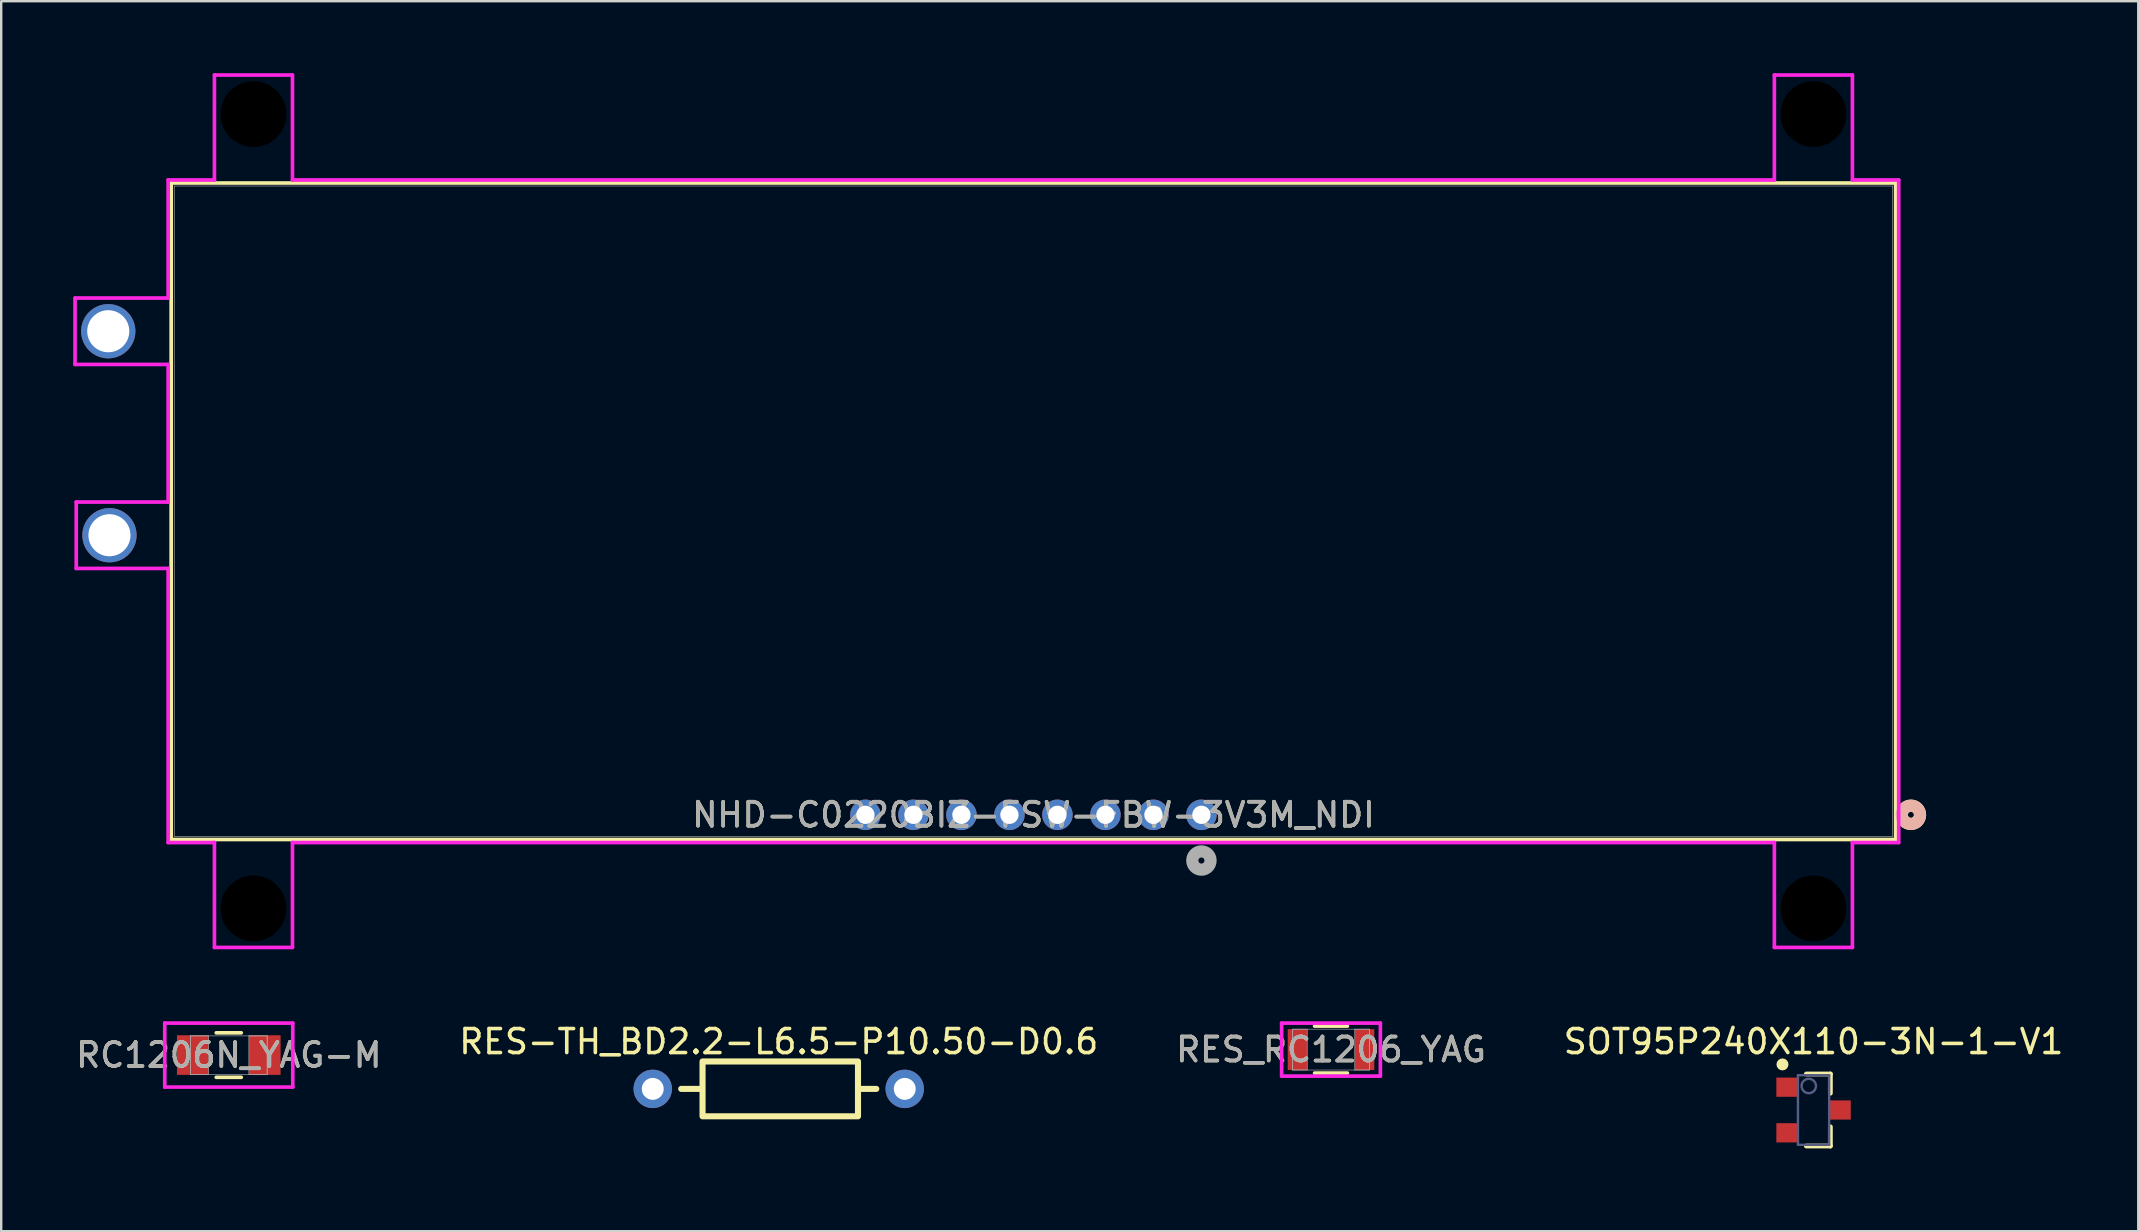
<source format=kicad_pcb>
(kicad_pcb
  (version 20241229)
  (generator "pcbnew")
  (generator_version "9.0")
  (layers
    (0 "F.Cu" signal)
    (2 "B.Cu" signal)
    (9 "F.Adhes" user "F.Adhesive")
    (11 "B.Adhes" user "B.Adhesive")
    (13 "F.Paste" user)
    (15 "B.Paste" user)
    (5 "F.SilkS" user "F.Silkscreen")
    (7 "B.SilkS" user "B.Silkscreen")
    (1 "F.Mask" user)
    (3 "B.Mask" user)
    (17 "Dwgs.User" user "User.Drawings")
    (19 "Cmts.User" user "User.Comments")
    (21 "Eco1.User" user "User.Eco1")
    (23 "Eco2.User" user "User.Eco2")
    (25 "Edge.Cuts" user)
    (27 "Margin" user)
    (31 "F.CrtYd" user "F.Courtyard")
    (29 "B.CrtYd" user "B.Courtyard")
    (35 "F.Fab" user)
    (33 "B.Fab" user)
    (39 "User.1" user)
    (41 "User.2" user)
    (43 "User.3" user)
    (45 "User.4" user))
  (footprint "NHD-C0220BIZ-FSW-FBW-3V3M_NDI"
    (layer "F.Cu")
    (at 47.011 30.902)
    (property "Reference" "NHD-C0220BIZ-FSW-FBW-3V3M_NDI" (at -7 0 0) (unlocked yes) (layer "F.SilkS") (effects (font (size 1 1) (thickness 0.15))))
    (attr through_hole)
    (fp_line (start -42.928 -26.327) (end -42.928 1.029) (stroke (width 0.152) (type solid)) (layer "F.SilkS"))
    (fp_line (start -42.928 1.029) (end 28.928 1.029) (stroke (width 0.152) (type solid)) (layer "F.SilkS"))
    (fp_line (start 28.928 -26.327) (end -42.928 -26.327) (stroke (width 0.152) (type solid)) (layer "F.SilkS"))
    (fp_line (start 28.928 1.029) (end 28.928 -26.327) (stroke (width 0.152) (type solid)) (layer "F.SilkS"))
    (fp_circle (center 29.563 0) (end 29.944 0) (stroke (width 0.508) (type solid)) (fill no) (layer "F.SilkS"))
    (fp_circle (center 29.563 0) (end 29.944 0) (stroke (width 0.508) (type solid)) (fill no) (layer "B.SilkS"))
    (fp_line (start -46.934 -21.534) (end -46.934 -18.766) (stroke (width 0.152) (type solid)) (layer "F.CrtYd"))
    (fp_line (start -46.934 -18.766) (end -43.055 -18.766) (stroke (width 0.152) (type solid)) (layer "F.CrtYd"))
    (fp_line (start -46.884 -13.034) (end -46.884 -10.266) (stroke (width 0.152) (type solid)) (layer "F.CrtYd"))
    (fp_line (start -46.884 -10.266) (end -43.055 -10.266) (stroke (width 0.152) (type solid)) (layer "F.CrtYd"))
    (fp_line (start -43.055 -26.454) (end -43.055 -21.534) (stroke (width 0.152) (type solid)) (layer "F.CrtYd"))
    (fp_line (start -43.055 -21.534) (end -46.934 -21.534) (stroke (width 0.152) (type solid)) (layer "F.CrtYd"))
    (fp_line (start -43.055 -18.766) (end -43.055 -13.034) (stroke (width 0.152) (type solid)) (layer "F.CrtYd"))
    (fp_line (start -43.055 -13.034) (end -46.884 -13.034) (stroke (width 0.152) (type solid)) (layer "F.CrtYd"))
    (fp_line (start -43.055 -10.266) (end -43.055 1.156) (stroke (width 0.152) (type solid)) (layer "F.CrtYd"))
    (fp_line (start -43.055 1.156) (end -41.126 1.156) (stroke (width 0.152) (type solid)) (layer "F.CrtYd"))
    (fp_line (start -41.126 -30.826) (end -41.126 -26.454) (stroke (width 0.152) (type solid)) (layer "F.CrtYd"))
    (fp_line (start -41.126 -26.454) (end -43.055 -26.454) (stroke (width 0.152) (type solid)) (layer "F.CrtYd"))
    (fp_line (start -41.126 1.156) (end -41.126 5.526) (stroke (width 0.152) (type solid)) (layer "F.CrtYd"))
    (fp_line (start -41.126 5.526) (end -37.874 5.526) (stroke (width 0.152) (type solid)) (layer "F.CrtYd"))
    (fp_line (start -37.874 -30.826) (end -41.126 -30.826) (stroke (width 0.152) (type solid)) (layer "F.CrtYd"))
    (fp_line (start -37.874 -26.454) (end -37.874 -30.826) (stroke (width 0.152) (type solid)) (layer "F.CrtYd"))
    (fp_line (start -37.874 1.156) (end 23.874 1.156) (stroke (width 0.152) (type solid)) (layer "F.CrtYd"))
    (fp_line (start -37.874 5.526) (end -37.874 1.156) (stroke (width 0.152) (type solid)) (layer "F.CrtYd"))
    (fp_line (start 23.874 -30.826) (end 23.874 -26.454) (stroke (width 0.152) (type solid)) (layer "F.CrtYd"))
    (fp_line (start 23.874 -26.454) (end -37.874 -26.454) (stroke (width 0.152) (type solid)) (layer "F.CrtYd"))
    (fp_line (start 23.874 1.156) (end 23.874 5.526) (stroke (width 0.152) (type solid)) (layer "F.CrtYd"))
    (fp_line (start 23.874 5.526) (end 27.126 5.526) (stroke (width 0.152) (type solid)) (layer "F.CrtYd"))
    (fp_line (start 27.126 -30.826) (end 23.874 -30.826) (stroke (width 0.152) (type solid)) (layer "F.CrtYd"))
    (fp_line (start 27.126 -26.454) (end 27.126 -30.826) (stroke (width 0.152) (type solid)) (layer "F.CrtYd"))
    (fp_line (start 27.126 1.156) (end 29.055 1.156) (stroke (width 0.152) (type solid)) (layer "F.CrtYd"))
    (fp_line (start 27.126 5.526) (end 27.126 1.156) (stroke (width 0.152) (type solid)) (layer "F.CrtYd"))
    (fp_line (start 29.055 -26.454) (end 27.126 -26.454) (stroke (width 0.152) (type solid)) (layer "F.CrtYd"))
    (fp_line (start 29.055 1.156) (end 29.055 -26.454) (stroke (width 0.152) (type solid)) (layer "F.CrtYd"))
    (fp_line (start -42.801 -26.2) (end -42.801 0.902) (stroke (width 0.025) (type solid)) (layer "F.Fab"))
    (fp_line (start -42.801 0.902) (end 28.801 0.902) (stroke (width 0.025) (type solid)) (layer "F.Fab"))
    (fp_line (start 28.801 -26.2) (end -42.801 -26.2) (stroke (width 0.025) (type solid)) (layer "F.Fab"))
    (fp_line (start 28.801 0.902) (end 28.801 -26.2) (stroke (width 0.025) (type solid)) (layer "F.Fab"))
    (fp_circle (center 0 1.905) (end 0.381 1.905) (stroke (width 0.508) (type solid)) (fill no) (layer "F.Fab"))
    (fp_text user "${REFERENCE}" (at -7 0 0) (unlocked yes) (layer "F.Fab") (effects (font (size 1 1) (thickness 0.15))))
    (pad "" np_thru_hole circle (at -39.5 -29.2) (size 2.743 2.743) (drill 2.743) (layers))
    (pad "" np_thru_hole circle (at -39.5 3.9) (size 2.743 2.743) (drill 2.743) (layers))
    (pad "" np_thru_hole circle (at 25.5 -29.2) (size 2.743 2.743) (drill 2.743) (layers))
    (pad "" np_thru_hole circle (at 25.5 3.9) (size 2.743 2.743) (drill 2.743) (layers))
    (pad "1" thru_hole circle (at 0 0) (size 1.27 1.27) (drill 0.762) (layers "*.Cu" "*.Mask"))
    (pad "2" thru_hole circle (at -2 0) (size 1.27 1.27) (drill 0.762) (layers "*.Cu" "*.Mask"))
    (pad "3" thru_hole circle (at -4 0) (size 1.27 1.27) (drill 0.762) (layers "*.Cu" "*.Mask"))
    (pad "4" thru_hole circle (at -6 0) (size 1.27 1.27) (drill 0.762) (layers "*.Cu" "*.Mask"))
    (pad "5" thru_hole circle (at -8 0) (size 1.27 1.27) (drill 0.762) (layers "*.Cu" "*.Mask"))
    (pad "6" thru_hole circle (at -10 0) (size 1.27 1.27) (drill 0.762) (layers "*.Cu" "*.Mask"))
    (pad "7" thru_hole circle (at -12 0) (size 1.27 1.27) (drill 0.762) (layers "*.Cu" "*.Mask"))
    (pad "8" thru_hole circle (at -14 0) (size 1.27 1.27) (drill 0.762) (layers "*.Cu" "*.Mask"))
    (pad "9" thru_hole circle (at -45.5 -11.65) (size 2.261 2.261) (drill 1.753) (layers "*.Cu" "*.Mask"))
    (pad "10" thru_hole circle (at -45.55 -20.15) (size 2.261 2.261) (drill 1.753) (layers "*.Cu" "*.Mask")))
  (footprint "RC1206N_YAG-M"
    (layer "F.Cu")
    (at 6.482 40.913)
    (property "Reference" "RC1206N_YAG-M" (at 0 0 0) (unlocked yes) (layer "F.SilkS") (effects (font (size 1 1) (thickness 0.15))))
    (attr smd)
    (fp_line (start -0.521 0.927) (end 0.521 0.927) (stroke (width 0.152) (type solid)) (layer "F.SilkS"))
    (fp_line (start 0.521 -0.927) (end -0.521 -0.927) (stroke (width 0.152) (type solid)) (layer "F.SilkS"))
    (fp_line (start -2.667 -1.333) (end 2.667 -1.333) (stroke (width 0.152) (type solid)) (layer "F.CrtYd"))
    (fp_line (start -2.667 1.333) (end -2.667 -1.333) (stroke (width 0.152) (type solid)) (layer "F.CrtYd"))
    (fp_line (start 2.667 -1.333) (end 2.667 1.333) (stroke (width 0.152) (type solid)) (layer "F.CrtYd"))
    (fp_line (start 2.667 1.333) (end -2.667 1.333) (stroke (width 0.152) (type solid)) (layer "F.CrtYd"))
    (fp_line (start -1.6 -0.8) (end -1.6 0.8) (stroke (width 0.025) (type solid)) (layer "F.Fab"))
    (fp_line (start -1.6 -0.8) (end -1.6 0.8) (stroke (width 0.025) (type solid)) (layer "F.Fab"))
    (fp_line (start -1.6 0.8) (end -0.838 0.8) (stroke (width 0.025) (type solid)) (layer "F.Fab"))
    (fp_line (start -1.6 0.8) (end 1.6 0.8) (stroke (width 0.025) (type solid)) (layer "F.Fab"))
    (fp_line (start -0.838 -0.8) (end -1.6 -0.8) (stroke (width 0.025) (type solid)) (layer "F.Fab"))
    (fp_line (start -0.838 0.8) (end -0.838 -0.8) (stroke (width 0.025) (type solid)) (layer "F.Fab"))
    (fp_line (start 0.838 -0.8) (end 0.838 0.8) (stroke (width 0.025) (type solid)) (layer "F.Fab"))
    (fp_line (start 0.838 0.8) (end 1.6 0.8) (stroke (width 0.025) (type solid)) (layer "F.Fab"))
    (fp_line (start 1.6 -0.8) (end -1.6 -0.8) (stroke (width 0.025) (type solid)) (layer "F.Fab"))
    (fp_line (start 1.6 -0.8) (end 0.838 -0.8) (stroke (width 0.025) (type solid)) (layer "F.Fab"))
    (fp_line (start 1.6 0.8) (end 1.6 -0.8) (stroke (width 0.025) (type solid)) (layer "F.Fab"))
    (fp_line (start 1.6 0.8) (end 1.6 -0.8) (stroke (width 0.025) (type solid)) (layer "F.Fab"))
    (fp_text user "${REFERENCE}" (at 0 0 0) (unlocked yes) (layer "F.Fab") (effects (font (size 1 1) (thickness 0.15))))
    (pad "1" smd rect (at -1.499 0) (size 1.321 1.651) (layers "F.Cu" "F.Mask" "F.Paste"))
    (pad "2" smd rect (at 1.499 0) (size 1.321 1.651) (layers "F.Cu" "F.Mask" "F.Paste"))
    (zone (net_name "") (layer "F.Cu") (hatch full 0.508) (connect_pads) (min_thickness 0.254) (filled_areas_thickness no) (keepout (tracks not_allowed) (vias not_allowed) (pads allowed) (copperpour not_allowed) (footprints allowed)) (placement (enabled no)) (fill) (polygon (pts (xy 5.695 40.164) (xy 7.27 40.164) (xy 7.27 41.663) (xy 5.695 41.663)))))
  (footprint "RES_RC1206_YAG"
    (layer "F.Cu")
    (at 52.411 40.685)
    (property "Reference" "RES_RC1206_YAG" (at 0 0 0) (unlocked yes) (layer "F.SilkS") (effects (font (size 1 1) (thickness 0.15))))
    (attr smd)
    (fp_line (start -0.683 0.978) (end 0.683 0.978) (stroke (width 0.152) (type solid)) (layer "F.SilkS"))
    (fp_line (start 0.683 -0.978) (end -0.683 -0.978) (stroke (width 0.152) (type solid)) (layer "F.SilkS"))
    (fp_line (start -2.057 -1.105) (end 2.057 -1.105) (stroke (width 0.152) (type solid)) (layer "F.CrtYd"))
    (fp_line (start -2.057 1.105) (end -2.057 -1.105) (stroke (width 0.152) (type solid)) (layer "F.CrtYd"))
    (fp_line (start 2.057 -1.105) (end 2.057 1.105) (stroke (width 0.152) (type solid)) (layer "F.CrtYd"))
    (fp_line (start 2.057 1.105) (end -2.057 1.105) (stroke (width 0.152) (type solid)) (layer "F.CrtYd"))
    (fp_line (start -1.6 -0.851) (end -1.6 0.851) (stroke (width 0.025) (type solid)) (layer "F.Fab"))
    (fp_line (start -1.6 -0.851) (end -1.6 0.851) (stroke (width 0.025) (type solid)) (layer "F.Fab"))
    (fp_line (start -1.6 0.851) (end -0.991 0.851) (stroke (width 0.025) (type solid)) (layer "F.Fab"))
    (fp_line (start -1.6 0.851) (end 1.6 0.851) (stroke (width 0.025) (type solid)) (layer "F.Fab"))
    (fp_line (start -0.991 -0.851) (end -1.6 -0.851) (stroke (width 0.025) (type solid)) (layer "F.Fab"))
    (fp_line (start -0.991 0.851) (end -0.991 -0.851) (stroke (width 0.025) (type solid)) (layer "F.Fab"))
    (fp_line (start 0.991 -0.851) (end 0.991 0.851) (stroke (width 0.025) (type solid)) (layer "F.Fab"))
    (fp_line (start 0.991 0.851) (end 1.6 0.851) (stroke (width 0.025) (type solid)) (layer "F.Fab"))
    (fp_line (start 1.6 -0.851) (end -1.6 -0.851) (stroke (width 0.025) (type solid)) (layer "F.Fab"))
    (fp_line (start 1.6 -0.851) (end 0.991 -0.851) (stroke (width 0.025) (type solid)) (layer "F.Fab"))
    (fp_line (start 1.6 0.851) (end 1.6 -0.851) (stroke (width 0.025) (type solid)) (layer "F.Fab"))
    (fp_line (start 1.6 0.851) (end 1.6 -0.851) (stroke (width 0.025) (type solid)) (layer "F.Fab"))
    (fp_text user "${REFERENCE}" (at 0 0 0) (unlocked yes) (layer "F.Fab") (effects (font (size 1 1) (thickness 0.15))))
    (pad "1" smd rect (at -1.397 0) (size 0.813 1.702) (layers "F.Cu" "F.Mask" "F.Paste"))
    (pad "2" smd rect (at 1.397 0) (size 0.813 1.702) (layers "F.Cu" "F.Mask" "F.Paste"))
    (zone (net_name "") (layer "F.Cu") (hatch full 0.508) (connect_pads) (min_thickness 0.254) (filled_areas_thickness no) (keepout (tracks not_allowed) (vias not_allowed) (pads allowed) (copperpour not_allowed) (footprints allowed)) (placement (enabled no)) (fill) (polygon (pts (xy 51.471 39.885) (xy 53.351 39.885) (xy 53.351 41.485) (xy 51.471 41.485)))))
  (footprint "SOT95P240X110-3N-1-V1"
    (layer "F.Cu")
    (at 72.518 43.202)
    (property "Reference" "SOT95P240X110-3N-1-V1" (at 0 -2.85 0) (layer "F.SilkS") (effects (font (size 1 1) (thickness 0.15))))
    (fp_line (start -0.3 -1.5) (end 0.7 -1.5) (stroke (width 0.2) (type solid)) (layer "F.SilkS"))
    (fp_line (start -0.3 1.5) (end 0.7 1.5) (stroke (width 0.2) (type solid)) (layer "F.SilkS"))
    (fp_line (start 0.7 -0.7) (end 0.7 -1.5) (stroke (width 0.2) (type solid)) (layer "F.SilkS"))
    (fp_line (start 0.7 1.5) (end 0.7 0.7) (stroke (width 0.2) (type solid)) (layer "F.SilkS"))
    (fp_circle (center -1.295 -1.9) (end -1.295 -2.025) (stroke (width 0.25) (type solid)) (fill no) (layer "F.SilkS"))
    (fp_line (start -2.05 -2) (end 2.05 -2) (stroke (width 0.1) (type solid)) (layer "Eco2.User"))
    (fp_line (start -2.05 2) (end -2.05 -2) (stroke (width 0.1) (type solid)) (layer "Eco2.User"))
    (fp_line (start -2.05 2) (end 2.05 2) (stroke (width 0.1) (type solid)) (layer "Eco2.User"))
    (fp_line (start -0.5 0) (end 0.5 0) (stroke (width 0.1) (type solid)) (layer "Eco2.User"))
    (fp_line (start 0 0.5) (end 0 -0.5) (stroke (width 0.1) (type solid)) (layer "Eco2.User"))
    (fp_line (start 2.05 2) (end 2.05 -2) (stroke (width 0.1) (type solid)) (layer "Eco2.User"))
    (fp_line (start -0.65 -1.45) (end 0.65 -1.45) (stroke (width 0.1) (type solid)) (layer "B.Fab"))
    (fp_line (start -0.65 1.45) (end -0.65 -1.45) (stroke (width 0.1) (type solid)) (layer "B.Fab"))
    (fp_line (start -0.65 1.45) (end 0.65 1.45) (stroke (width 0.1) (type solid)) (layer "B.Fab"))
    (fp_line (start 0.65 1.45) (end 0.65 -1.45) (stroke (width 0.1) (type solid)) (layer "B.Fab"))
    (fp_circle (center -0.2 -1) (end -0.2 -1.3) (stroke (width 0.1) (type solid)) (fill no) (layer "B.Fab"))
    (fp_text user "${REFERENCE}" (at -3.643 0.514 0) (unlocked yes) (layer "User.3") (effects (font (face "Arial") (size 0.756 0.756) (thickness 0.2)) (justify left bottom)))
    (pad "1" smd rect (at -1.1 -0.95) (size 0.9 0.8) (layers "F.Cu" "F.Mask" "F.Paste"))
    (pad "2" smd rect (at -1.1 0.95) (size 0.9 0.8) (layers "F.Cu" "F.Mask" "F.Paste"))
    (pad "3" smd rect (at 1.1 0) (size 0.9 0.8) (layers "F.Cu" "F.Mask" "F.Paste")))
  (footprint "RES-TH_BD2.2-L6.5-P10.50-D0.6"
    (layer "F.Cu")
    (at 29.399 42.322)
    (property "Reference" "RES-TH_BD2.2-L6.5-P10.50-D0.6" (at 0 -1.97 0) (layer "F.SilkS") (effects (font (size 1 1) (thickness 0.15))))
    (fp_line (start -3.302 0) (end -4.064 0) (stroke (width 0.254) (type default)) (layer "F.SilkS"))
    (fp_line (start 3.302 0) (end 4.064 0) (stroke (width 0.254) (type default)) (layer "F.SilkS"))
    (fp_rect (start -3.175 -1.143) (end 3.302 1.143) (stroke (width 0.254) (type default)) (fill no) (layer "F.SilkS"))
    (fp_poly (pts (xy -5.52 0.27) (xy -3.2 0.27) (xy -3.2 -0.27) (xy -5.52 -0.27)) (stroke (width 0.1) (type default)) (fill no) (layer "User.1"))
    (fp_poly (pts (xy 5.52 -0.27) (xy 3.2 -0.27) (xy 3.2 0.27) (xy 5.52 0.27)) (stroke (width 0.1) (type default)) (fill no) (layer "User.1"))
    (fp_poly (pts (xy -4.98 0) (xy -5.001 -0.103) (xy -5.059 -0.191) (xy -5.147 -0.249) (xy -5.25 -0.27) (xy -5.353 -0.249) (xy -5.441 -0.191) (xy -5.499 -0.103) (xy -5.52 0) (xy -5.499 0.103) (xy -5.441 0.191) (xy -5.353 0.249) (xy -5.25 0.27) (xy -5.147 0.249) (xy -5.059 0.191) (xy -5.001 0.103)) (stroke (width 0.1) (type default)) (fill no) (layer "User.1"))
    (fp_poly (pts (xy 5.52 0) (xy 5.499 -0.103) (xy 5.441 -0.191) (xy 5.353 -0.249) (xy 5.25 -0.27) (xy 5.147 -0.249) (xy 5.059 -0.191) (xy 5.001 -0.103) (xy 4.98 0) (xy 5.001 0.103) (xy 5.059 0.191) (xy 5.147 0.249) (xy 5.25 0.27) (xy 5.353 0.249) (xy 5.441 0.191) (xy 5.499 0.103)) (stroke (width 0.1) (type default)) (fill no) (layer "User.1"))
    (fp_line (start -3.25 -1.1) (end 3.25 -1.1) (stroke (width 0.051) (type default)) (layer "User.2"))
    (fp_line (start -3.25 1.1) (end -3.25 -1.1) (stroke (width 0.051) (type default)) (layer "User.2"))
    (fp_line (start 3.25 -1.1) (end 3.25 1.1) (stroke (width 0.051) (type default)) (layer "User.2"))
    (fp_line (start 3.25 1.1) (end -3.25 1.1) (stroke (width 0.051) (type default)) (layer "User.2"))
    (fp_poly (pts (xy -5.46 1.1) (xy -5.478 1.058) (xy -5.52 1.04) (xy -5.562 1.058) (xy -5.58 1.1) (xy -5.562 1.142) (xy -5.52 1.16) (xy -5.478 1.142)) (stroke (width 0.1) (type default)) (fill no) (layer "User.3"))
    (pad "1" thru_hole circle (at -5.25 0) (size 1.6 1.6) (drill 0.914) (layers "*.Cu" "*.Mask"))
    (pad "2" thru_hole circle (at 5.25 0) (size 1.6 1.6) (drill 0.914) (layers "*.Cu" "*.Mask")))
  (gr_rect
    (start -3 -3)
    (end 86.048 48.252)
    (stroke (width 0.1) (type default))
    (fill no)
    (layer "Edge.Cuts")))
</source>
